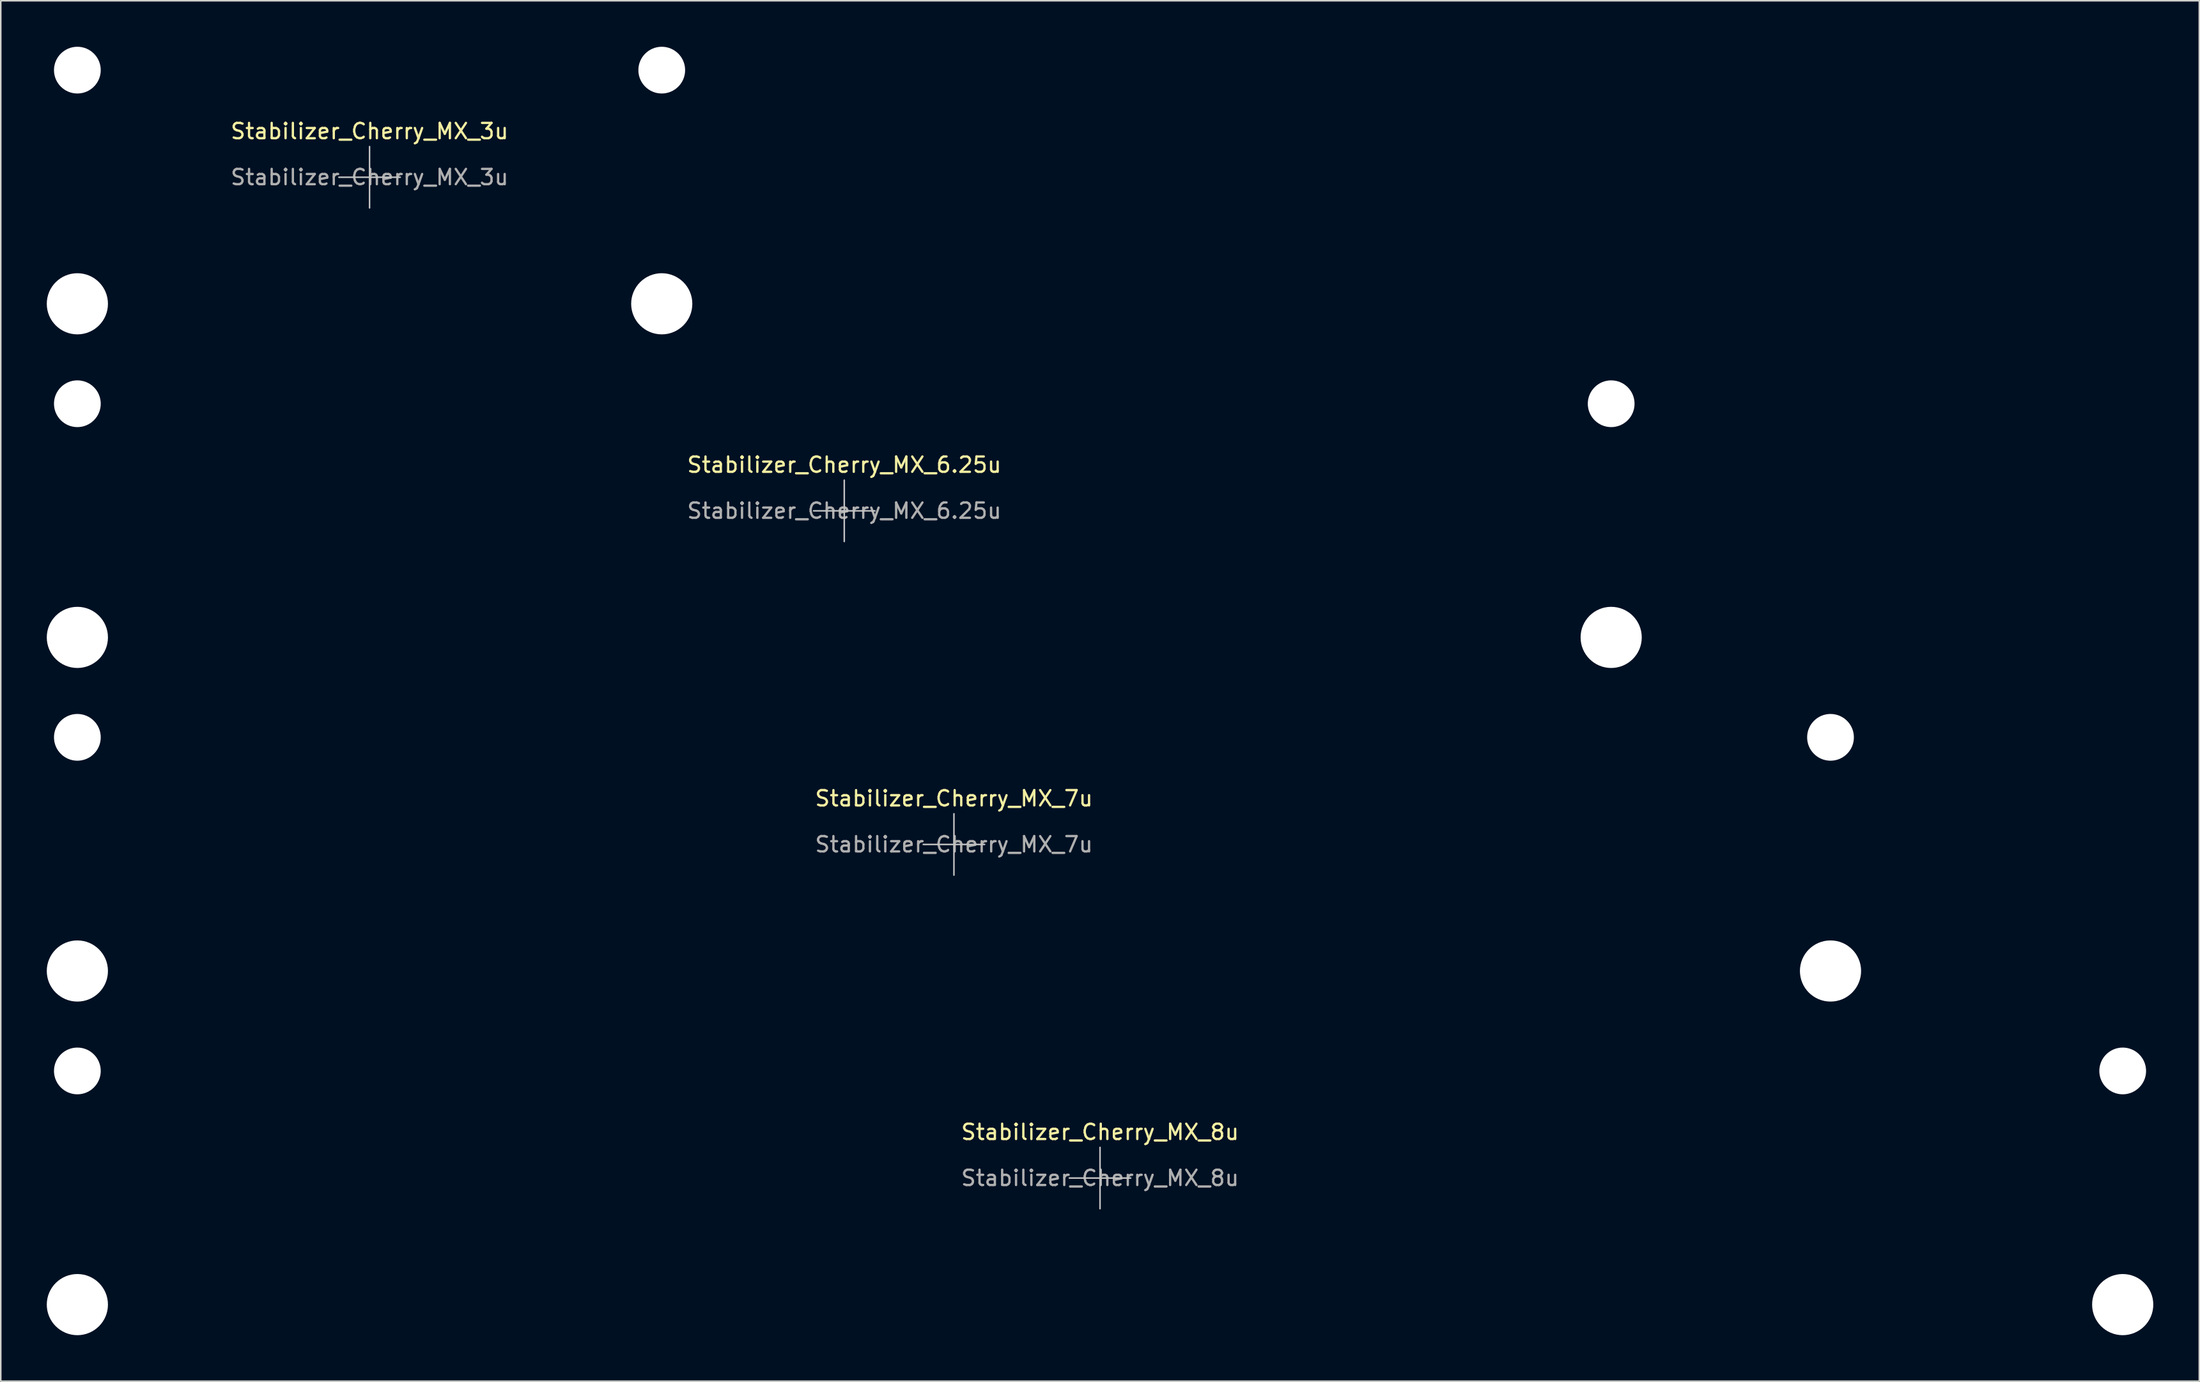
<source format=kicad_pcb>
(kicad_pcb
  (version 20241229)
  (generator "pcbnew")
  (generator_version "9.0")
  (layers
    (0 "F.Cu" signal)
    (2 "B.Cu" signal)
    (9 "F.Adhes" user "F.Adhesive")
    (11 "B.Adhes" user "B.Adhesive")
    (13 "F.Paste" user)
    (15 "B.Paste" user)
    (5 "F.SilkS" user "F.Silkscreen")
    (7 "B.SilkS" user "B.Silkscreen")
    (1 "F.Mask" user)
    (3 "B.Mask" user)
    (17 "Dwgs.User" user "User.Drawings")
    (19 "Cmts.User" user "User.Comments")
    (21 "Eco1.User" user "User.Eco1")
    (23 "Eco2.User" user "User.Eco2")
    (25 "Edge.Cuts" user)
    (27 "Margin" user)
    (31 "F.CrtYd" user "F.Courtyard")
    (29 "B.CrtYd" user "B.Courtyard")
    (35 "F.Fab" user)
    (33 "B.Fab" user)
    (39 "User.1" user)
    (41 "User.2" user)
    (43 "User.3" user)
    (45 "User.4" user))
  (footprint "Stabilizer_Cherry_MX_7u"
    (layer "F.Cu")
    (at 59.144 52.025)
    (property "Reference" "Stabilizer_Cherry_MX_7u" (at 0 -3 0) (layer "F.SilkS") (effects (font (size 1 1) (thickness 0.15))))
    (attr exclude_from_pos_files exclude_from_bom)
    (fp_line (start -2 0) (end 2 0) (stroke (width 0.1) (type solid)) (layer "Dwgs.User"))
    (fp_line (start 0 2) (end 0 -2) (stroke (width 0.1) (type solid)) (layer "Dwgs.User"))
    (fp_text user "${REFERENCE}" (at 0 0 0) (layer "F.Fab") (effects (font (size 1 1) (thickness 0.15))))
    (pad "" np_thru_hole circle (at -57.15 -6.985) (size 3.048 3.048) (drill 3.048) (layers "*.Cu" "*.Mask"))
    (pad "" np_thru_hole circle (at -57.15 8.255) (size 3.988 3.988) (drill 3.988) (layers "*.Cu" "*.Mask"))
    (pad "" np_thru_hole circle (at 57.15 -6.985) (size 3.048 3.048) (drill 3.048) (layers "*.Cu" "*.Mask"))
    (pad "" np_thru_hole circle (at 57.15 8.255) (size 3.988 3.988) (drill 3.988) (layers "*.Cu" "*.Mask")))
  (footprint "Stabilizer_Cherry_MX_6.25u"
    (layer "F.Cu")
    (at 51.994 30.267)
    (property "Reference" "Stabilizer_Cherry_MX_6.25u" (at 0 -3 0) (layer "F.SilkS") (effects (font (size 1 1) (thickness 0.15))))
    (attr exclude_from_pos_files exclude_from_bom)
    (fp_line (start -2 0) (end 2 0) (stroke (width 0.1) (type solid)) (layer "Dwgs.User"))
    (fp_line (start 0 2) (end 0 -2) (stroke (width 0.1) (type solid)) (layer "Dwgs.User"))
    (fp_text user "${REFERENCE}" (at 0 0 0) (layer "F.Fab") (effects (font (size 1 1) (thickness 0.15))))
    (pad "" np_thru_hole circle (at -50 -6.985) (size 3.048 3.048) (drill 3.048) (layers "*.Cu" "*.Mask"))
    (pad "" np_thru_hole circle (at -50 8.255) (size 3.988 3.988) (drill 3.988) (layers "*.Cu" "*.Mask"))
    (pad "" np_thru_hole circle (at 50 -6.985) (size 3.048 3.048) (drill 3.048) (layers "*.Cu" "*.Mask"))
    (pad "" np_thru_hole circle (at 50 8.255) (size 3.988 3.988) (drill 3.988) (layers "*.Cu" "*.Mask")))
  (footprint "Stabilizer_Cherry_MX_3u"
    (layer "F.Cu")
    (at 21.044 8.509)
    (property "Reference" "Stabilizer_Cherry_MX_3u" (at 0 -3 0) (layer "F.SilkS") (effects (font (size 1 1) (thickness 0.15))))
    (attr exclude_from_pos_files exclude_from_bom)
    (fp_line (start -2 0) (end 2 0) (stroke (width 0.1) (type solid)) (layer "Dwgs.User"))
    (fp_line (start 0 2) (end 0 -2) (stroke (width 0.1) (type solid)) (layer "Dwgs.User"))
    (fp_text user "${REFERENCE}" (at 0 0 0) (layer "F.Fab") (effects (font (size 1 1) (thickness 0.15))))
    (pad "" np_thru_hole circle (at -19.05 -6.985) (size 3.048 3.048) (drill 3.048) (layers "*.Cu" "*.Mask"))
    (pad "" np_thru_hole circle (at -19.05 8.255) (size 3.988 3.988) (drill 3.988) (layers "*.Cu" "*.Mask"))
    (pad "" np_thru_hole circle (at 19.05 -6.985) (size 3.048 3.048) (drill 3.048) (layers "*.Cu" "*.Mask"))
    (pad "" np_thru_hole circle (at 19.05 8.255) (size 3.988 3.988) (drill 3.988) (layers "*.Cu" "*.Mask")))
  (footprint "Stabilizer_Cherry_MX_8u"
    (layer "F.Cu")
    (at 68.669 73.783)
    (property "Reference" "Stabilizer_Cherry_MX_8u" (at 0 -3 0) (layer "F.SilkS") (effects (font (size 1 1) (thickness 0.15))))
    (attr exclude_from_pos_files exclude_from_bom)
    (fp_line (start -2 0) (end 2 0) (stroke (width 0.1) (type solid)) (layer "Dwgs.User"))
    (fp_line (start 0 2) (end 0 -2) (stroke (width 0.1) (type solid)) (layer "Dwgs.User"))
    (fp_text user "${REFERENCE}" (at 0 0 0) (layer "F.Fab") (effects (font (size 1 1) (thickness 0.15))))
    (pad "" np_thru_hole circle (at -66.675 -6.985) (size 3.048 3.048) (drill 3.048) (layers "*.Cu" "*.Mask"))
    (pad "" np_thru_hole circle (at -66.675 8.255) (size 3.988 3.988) (drill 3.988) (layers "*.Cu" "*.Mask"))
    (pad "" np_thru_hole circle (at 66.675 -6.985) (size 3.048 3.048) (drill 3.048) (layers "*.Cu" "*.Mask"))
    (pad "" np_thru_hole circle (at 66.675 8.255) (size 3.988 3.988) (drill 3.988) (layers "*.Cu" "*.Mask")))
  (gr_rect
    (start -3 -3)
    (end 140.338 87.032)
    (stroke (width 0.1) (type default))
    (fill no)
    (layer "Edge.Cuts")))
</source>
